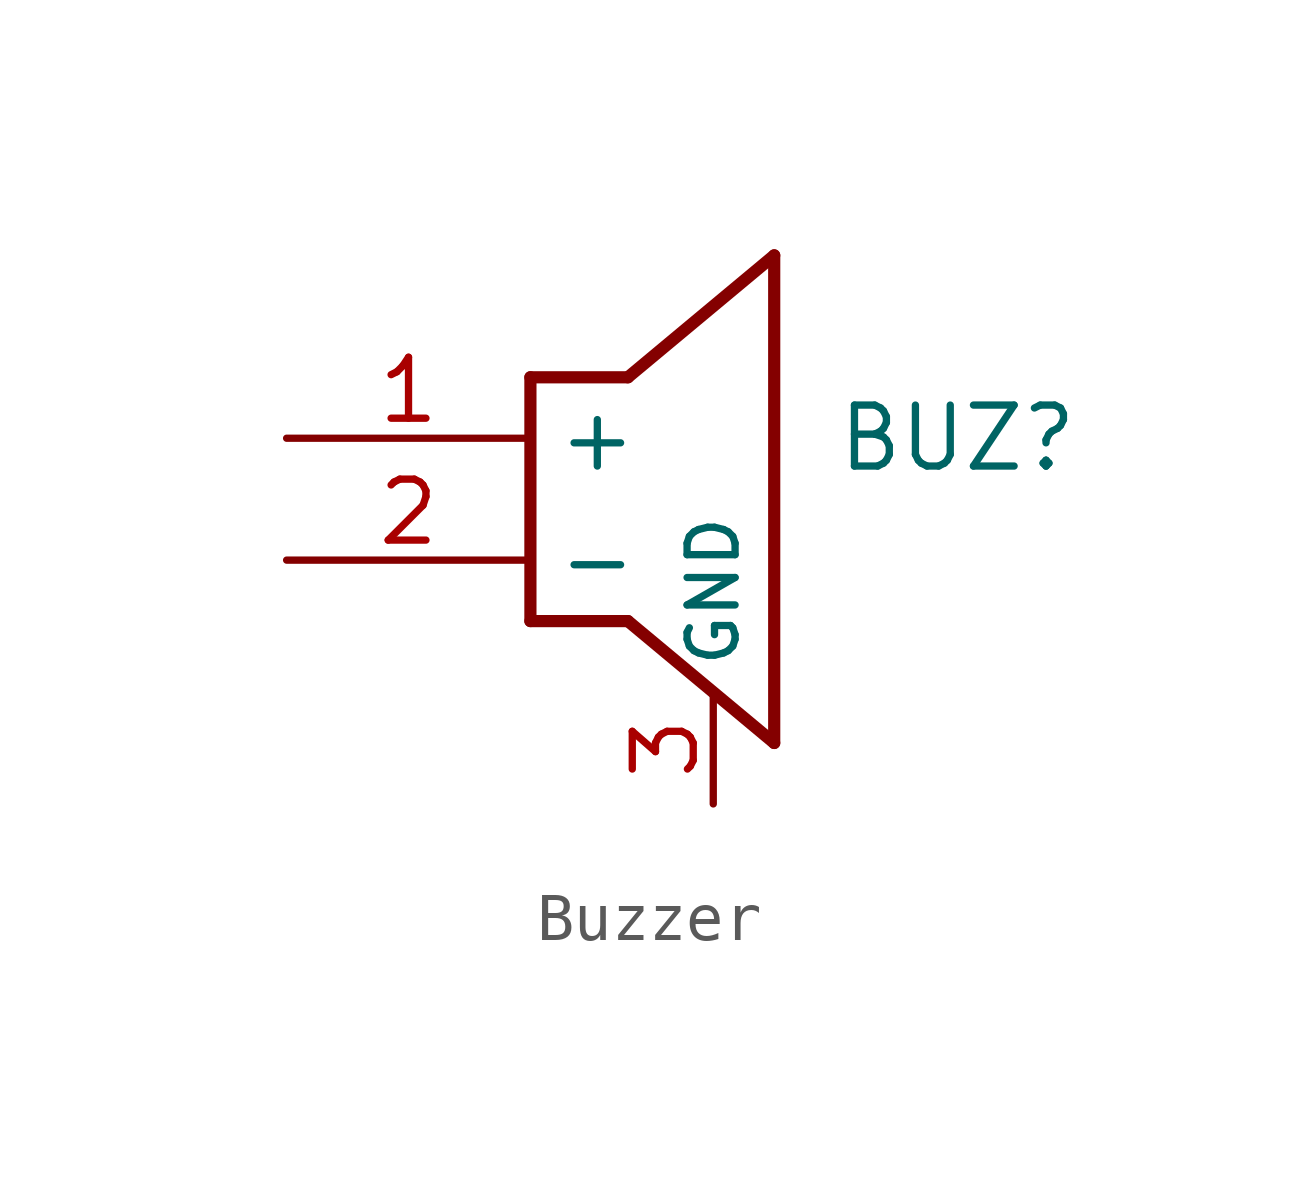
<source format=kicad_sym>
(kicad_symbol_lib
  (version 20241209)
  (generator "kicad_symbol_editor")
  (generator_version "9.0")
  (symbol "Buzzer"
    (property "Reference" "BUZ"
      (at 11.43 0.0001 0)
      (effects (font (size 1.27 1.27)) (justify left)))
    (symbol "Buzzer_1_0"
      (pin passive line (at 8.89 -7.62 90) (length 2.3) (name "GND" (effects (font (size 1 1)))) (number "3" (effects (font (size 1.27 1.27))))))
    (symbol "Buzzer_1_1"
      (polyline (pts (xy 5.08 1.27) (xy 5.08 -3.81)) (stroke (width 0.254) (type default)) (fill (type none)))
      (polyline (pts (xy 5.08 1.27) (xy 7.112 1.27)) (stroke (width 0.254) (type default)) (fill (type none)))
      (polyline (pts (xy 7.112 -3.81) (xy 5.08 -3.81)) (stroke (width 0.254) (type default)) (fill (type none)))
      (polyline (pts (xy 7.112 -3.81) (xy 10.16 -6.35)) (stroke (width 0.254) (type default)) (fill (type none)))
      (polyline (pts (xy 10.16 3.81) (xy 7.112 1.27)) (stroke (width 0.254) (type default)) (fill (type none)))
      (polyline (pts (xy 10.16 3.81) (xy 10.16 -6.35)) (stroke (width 0.254) (type default)) (fill (type none)))
      (pin passive line (at 0 0 0) (length 5.08) (name "+" (effects (font (size 1.27 1.27)))) (number "1" (effects (font (size 1.27 1.27)))))
      (pin passive line (at 0 -2.54 0) (length 5.08) (name "-" (effects (font (size 1.27 1.27)))) (number "2" (effects (font (size 1.27 1.27))))))))
</source>
